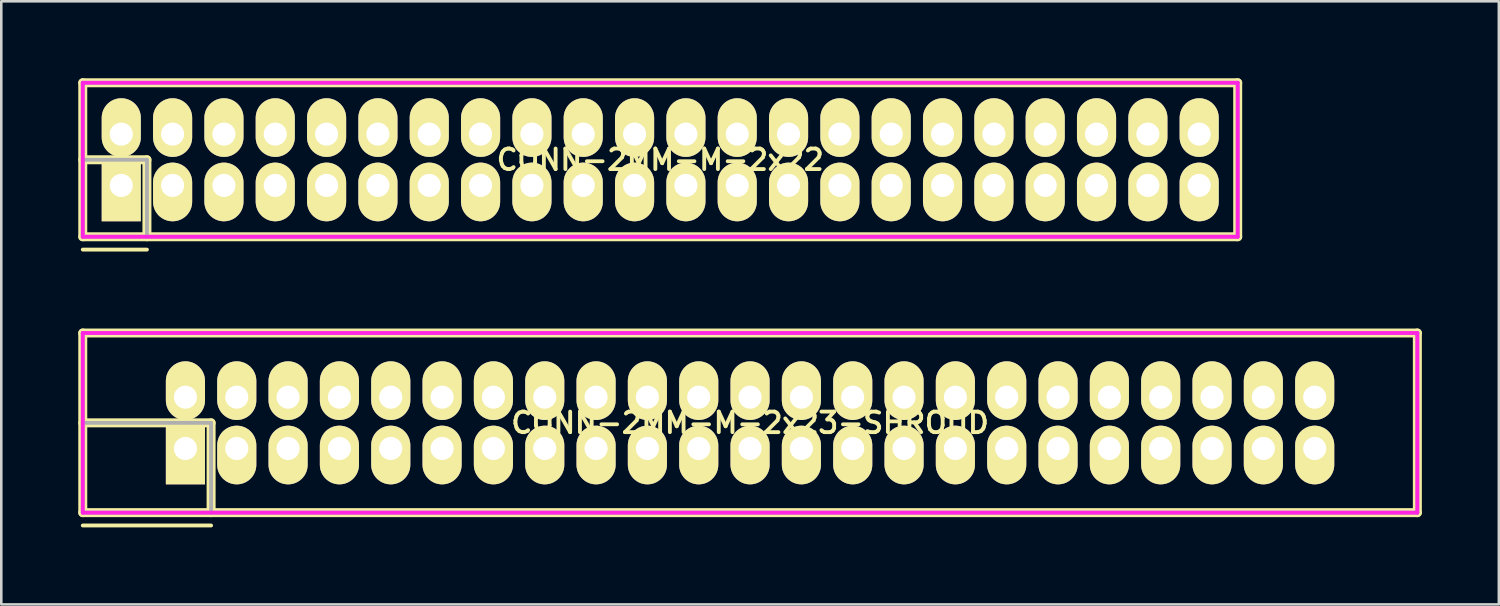
<source format=kicad_pcb>
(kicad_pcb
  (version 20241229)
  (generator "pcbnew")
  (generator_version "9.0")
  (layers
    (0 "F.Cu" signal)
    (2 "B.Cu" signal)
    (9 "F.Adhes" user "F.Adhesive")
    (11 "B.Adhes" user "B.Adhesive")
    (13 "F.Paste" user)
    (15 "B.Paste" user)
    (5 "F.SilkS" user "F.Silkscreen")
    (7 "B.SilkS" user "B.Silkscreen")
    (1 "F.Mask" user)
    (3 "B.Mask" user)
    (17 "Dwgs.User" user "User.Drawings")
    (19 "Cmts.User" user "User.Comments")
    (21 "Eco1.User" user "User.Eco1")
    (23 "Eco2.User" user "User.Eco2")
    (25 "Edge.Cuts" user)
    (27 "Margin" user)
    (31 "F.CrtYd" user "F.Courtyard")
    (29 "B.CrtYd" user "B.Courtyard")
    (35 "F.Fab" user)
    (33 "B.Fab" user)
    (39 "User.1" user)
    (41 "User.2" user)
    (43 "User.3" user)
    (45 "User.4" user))
  (footprint "CONN-2MM-M-2x22"
    (layer "F.Cu")
    (at 22.675 3.175)
    (property "Reference" "CONN-2MM-M-2x22" (at 0 0 0) (layer "F.SilkS") (effects (font (size 0.8 0.8) (thickness 0.15))))
    (attr through_hole)
    (fp_line (start -22.5 -3) (end 22.5 -3) (stroke (width 0.35) (type solid)) (layer "F.SilkS"))
    (fp_line (start -22.5 0) (end -20 0) (stroke (width 0.35) (type solid)) (layer "F.SilkS"))
    (fp_line (start -22.5 3) (end -22.5 -3) (stroke (width 0.35) (type solid)) (layer "F.SilkS"))
    (fp_line (start -22.5 3.5) (end -20 3.5) (stroke (width 0.15) (type solid)) (layer "F.SilkS"))
    (fp_line (start -20 0) (end -20 3) (stroke (width 0.35) (type solid)) (layer "F.SilkS"))
    (fp_line (start 22.5 -3) (end 22.5 3) (stroke (width 0.35) (type solid)) (layer "F.SilkS"))
    (fp_line (start 22.5 3) (end -22.5 3) (stroke (width 0.35) (type solid)) (layer "F.SilkS"))
    (fp_line (start -22.5 -3) (end 22.5 -3) (stroke (width 0.15) (type solid)) (layer "F.CrtYd"))
    (fp_line (start -22.5 3) (end -22.5 -3) (stroke (width 0.15) (type solid)) (layer "F.CrtYd"))
    (fp_line (start 22.5 -3) (end 22.5 3) (stroke (width 0.15) (type solid)) (layer "F.CrtYd"))
    (fp_line (start 22.5 3) (end -22.5 3) (stroke (width 0.15) (type solid)) (layer "F.CrtYd"))
    (fp_line (start -22.5 -3) (end 22.5 -3) (stroke (width 0.15) (type solid)) (layer "F.Fab"))
    (fp_line (start -22.5 0) (end -20 0) (stroke (width 0.15) (type solid)) (layer "F.Fab"))
    (fp_line (start -22.5 3) (end -22.5 -3) (stroke (width 0.15) (type solid)) (layer "F.Fab"))
    (fp_line (start -20 0) (end -20 3) (stroke (width 0.15) (type solid)) (layer "F.Fab"))
    (fp_line (start 22.5 -3) (end 22.5 3) (stroke (width 0.15) (type solid)) (layer "F.Fab"))
    (fp_line (start 22.5 3) (end -22.5 3) (stroke (width 0.15) (type solid)) (layer "F.Fab"))
    (pad "1" thru_hole rect (at -21 1) (size 1.524 2.286) (drill 0.9 (offset 0 0.254)) (layers "*.Cu" "*.Mask" "F.SilkS"))
    (pad "2" thru_hole oval (at -21 -1) (size 1.524 2.286) (drill 0.9 (offset 0 -0.254)) (layers "*.Cu" "*.Mask" "F.SilkS"))
    (pad "3" thru_hole oval (at -19 1) (size 1.524 2.286) (drill 0.9 (offset 0 0.254)) (layers "*.Cu" "*.Mask" "F.SilkS"))
    (pad "4" thru_hole oval (at -19 -1) (size 1.524 2.286) (drill 0.9 (offset 0 -0.254)) (layers "*.Cu" "*.Mask" "F.SilkS"))
    (pad "5" thru_hole oval (at -17 1) (size 1.524 2.286) (drill 0.9 (offset 0 0.254)) (layers "*.Cu" "*.Mask" "F.SilkS"))
    (pad "6" thru_hole oval (at -17 -1) (size 1.524 2.286) (drill 0.9 (offset 0 -0.254)) (layers "*.Cu" "*.Mask" "F.SilkS"))
    (pad "7" thru_hole oval (at -15 1) (size 1.524 2.286) (drill 0.9 (offset 0 0.254)) (layers "*.Cu" "*.Mask" "F.SilkS"))
    (pad "8" thru_hole oval (at -15 -1) (size 1.524 2.286) (drill 0.9 (offset 0 -0.254)) (layers "*.Cu" "*.Mask" "F.SilkS"))
    (pad "9" thru_hole oval (at -13 1) (size 1.524 2.286) (drill 0.9 (offset 0 0.254)) (layers "*.Cu" "*.Mask" "F.SilkS"))
    (pad "10" thru_hole oval (at -13 -1) (size 1.524 2.286) (drill 0.9 (offset 0 -0.254)) (layers "*.Cu" "*.Mask" "F.SilkS"))
    (pad "11" thru_hole oval (at -11 1) (size 1.524 2.286) (drill 0.9 (offset 0 0.254)) (layers "*.Cu" "*.Mask" "F.SilkS"))
    (pad "12" thru_hole oval (at -11 -1) (size 1.524 2.286) (drill 0.9 (offset 0 -0.254)) (layers "*.Cu" "*.Mask" "F.SilkS"))
    (pad "13" thru_hole oval (at -9 1) (size 1.524 2.286) (drill 0.9 (offset 0 0.254)) (layers "*.Cu" "*.Mask" "F.SilkS"))
    (pad "14" thru_hole oval (at -9 -1) (size 1.524 2.286) (drill 0.9 (offset 0 -0.254)) (layers "*.Cu" "*.Mask" "F.SilkS"))
    (pad "15" thru_hole oval (at -7 1) (size 1.524 2.286) (drill 0.9 (offset 0 0.254)) (layers "*.Cu" "*.Mask" "F.SilkS"))
    (pad "16" thru_hole oval (at -7 -1) (size 1.524 2.286) (drill 0.9 (offset 0 -0.254)) (layers "*.Cu" "*.Mask" "F.SilkS"))
    (pad "17" thru_hole oval (at -5 1) (size 1.524 2.286) (drill 0.9 (offset 0 0.254)) (layers "*.Cu" "*.Mask" "F.SilkS"))
    (pad "18" thru_hole oval (at -5 -1) (size 1.524 2.286) (drill 0.9 (offset 0 -0.254)) (layers "*.Cu" "*.Mask" "F.SilkS"))
    (pad "19" thru_hole oval (at -3 1) (size 1.524 2.286) (drill 0.9 (offset 0 0.254)) (layers "*.Cu" "*.Mask" "F.SilkS"))
    (pad "20" thru_hole oval (at -3 -1) (size 1.524 2.286) (drill 0.9 (offset 0 -0.254)) (layers "*.Cu" "*.Mask" "F.SilkS"))
    (pad "21" thru_hole oval (at -1 1) (size 1.524 2.286) (drill 0.9 (offset 0 0.254)) (layers "*.Cu" "*.Mask" "F.SilkS"))
    (pad "22" thru_hole oval (at -1 -1) (size 1.524 2.286) (drill 0.9 (offset 0 -0.254)) (layers "*.Cu" "*.Mask" "F.SilkS"))
    (pad "23" thru_hole oval (at 1 1) (size 1.524 2.286) (drill 0.9 (offset 0 0.254)) (layers "*.Cu" "*.Mask" "F.SilkS"))
    (pad "24" thru_hole oval (at 1 -1) (size 1.524 2.286) (drill 0.9 (offset 0 -0.254)) (layers "*.Cu" "*.Mask" "F.SilkS"))
    (pad "25" thru_hole oval (at 3 1) (size 1.524 2.286) (drill 0.9 (offset 0 0.254)) (layers "*.Cu" "*.Mask" "F.SilkS"))
    (pad "26" thru_hole oval (at 3 -1) (size 1.524 2.286) (drill 0.9 (offset 0 -0.254)) (layers "*.Cu" "*.Mask" "F.SilkS"))
    (pad "27" thru_hole oval (at 5 1) (size 1.524 2.286) (drill 0.9 (offset 0 0.254)) (layers "*.Cu" "*.Mask" "F.SilkS"))
    (pad "28" thru_hole oval (at 5 -1) (size 1.524 2.286) (drill 0.9 (offset 0 -0.254)) (layers "*.Cu" "*.Mask" "F.SilkS"))
    (pad "29" thru_hole oval (at 7 1) (size 1.524 2.286) (drill 0.9 (offset 0 0.254)) (layers "*.Cu" "*.Mask" "F.SilkS"))
    (pad "30" thru_hole oval (at 7 -1) (size 1.524 2.286) (drill 0.9 (offset 0 -0.254)) (layers "*.Cu" "*.Mask" "F.SilkS"))
    (pad "31" thru_hole oval (at 9 1) (size 1.524 2.286) (drill 0.9 (offset 0 0.254)) (layers "*.Cu" "*.Mask" "F.SilkS"))
    (pad "32" thru_hole oval (at 9 -1) (size 1.524 2.286) (drill 0.9 (offset 0 -0.254)) (layers "*.Cu" "*.Mask" "F.SilkS"))
    (pad "33" thru_hole oval (at 11 1) (size 1.524 2.286) (drill 0.9 (offset 0 0.254)) (layers "*.Cu" "*.Mask" "F.SilkS"))
    (pad "34" thru_hole oval (at 11 -1) (size 1.524 2.286) (drill 0.9 (offset 0 -0.254)) (layers "*.Cu" "*.Mask" "F.SilkS"))
    (pad "35" thru_hole oval (at 13 1) (size 1.524 2.286) (drill 0.9 (offset 0 0.254)) (layers "*.Cu" "*.Mask" "F.SilkS"))
    (pad "36" thru_hole oval (at 13 -1) (size 1.524 2.286) (drill 0.9 (offset 0 -0.254)) (layers "*.Cu" "*.Mask" "F.SilkS"))
    (pad "37" thru_hole oval (at 15 1) (size 1.524 2.286) (drill 0.9 (offset 0 0.254)) (layers "*.Cu" "*.Mask" "F.SilkS"))
    (pad "38" thru_hole oval (at 15 -1) (size 1.524 2.286) (drill 0.9 (offset 0 -0.254)) (layers "*.Cu" "*.Mask" "F.SilkS"))
    (pad "39" thru_hole oval (at 17 1) (size 1.524 2.286) (drill 0.9 (offset 0 0.254)) (layers "*.Cu" "*.Mask" "F.SilkS"))
    (pad "40" thru_hole oval (at 17 -1) (size 1.524 2.286) (drill 0.9 (offset 0 -0.254)) (layers "*.Cu" "*.Mask" "F.SilkS"))
    (pad "41" thru_hole oval (at 19 1) (size 1.524 2.286) (drill 0.9 (offset 0 0.254)) (layers "*.Cu" "*.Mask" "F.SilkS"))
    (pad "42" thru_hole oval (at 19 -1) (size 1.524 2.286) (drill 0.9 (offset 0 -0.254)) (layers "*.Cu" "*.Mask" "F.SilkS"))
    (pad "43" thru_hole oval (at 21 1) (size 1.524 2.286) (drill 0.9 (offset 0 0.254)) (layers "*.Cu" "*.Mask" "F.SilkS"))
    (pad "44" thru_hole oval (at 21 -1) (size 1.524 2.286) (drill 0.9 (offset 0 -0.254)) (layers "*.Cu" "*.Mask" "F.SilkS")))
  (footprint "CONN-2MM-M-2x23-SHROUD"
    (layer "F.Cu")
    (at 26.175 13.425)
    (property "Reference" "CONN-2MM-M-2x23-SHROUD" (at 0 0 0) (layer "F.SilkS") (effects (font (size 0.8 0.8) (thickness 0.15))))
    (attr through_hole)
    (fp_line (start -26 -3.5) (end 26 -3.5) (stroke (width 0.35) (type solid)) (layer "F.SilkS"))
    (fp_line (start -26 0) (end -21 0) (stroke (width 0.35) (type solid)) (layer "F.SilkS"))
    (fp_line (start -26 3.5) (end -26 -3.5) (stroke (width 0.35) (type solid)) (layer "F.SilkS"))
    (fp_line (start -26 4) (end -21 4) (stroke (width 0.15) (type solid)) (layer "F.SilkS"))
    (fp_line (start -21 0) (end -21 3.5) (stroke (width 0.35) (type solid)) (layer "F.SilkS"))
    (fp_line (start 26 -3.5) (end 26 3.5) (stroke (width 0.35) (type solid)) (layer "F.SilkS"))
    (fp_line (start 26 3.5) (end -26 3.5) (stroke (width 0.35) (type solid)) (layer "F.SilkS"))
    (fp_line (start -26 -3.5) (end 26 -3.5) (stroke (width 0.15) (type solid)) (layer "F.CrtYd"))
    (fp_line (start -26 3.5) (end -26 -3.5) (stroke (width 0.15) (type solid)) (layer "F.CrtYd"))
    (fp_line (start 26 -3.5) (end 26 3.5) (stroke (width 0.15) (type solid)) (layer "F.CrtYd"))
    (fp_line (start 26 3.5) (end -26 3.5) (stroke (width 0.15) (type solid)) (layer "F.CrtYd"))
    (fp_line (start -26 -3.5) (end 26 -3.5) (stroke (width 0.15) (type solid)) (layer "F.Fab"))
    (fp_line (start -26 0) (end -21 0) (stroke (width 0.15) (type solid)) (layer "F.Fab"))
    (fp_line (start -26 3.5) (end -26 -3.5) (stroke (width 0.15) (type solid)) (layer "F.Fab"))
    (fp_line (start -21 0) (end -21 3.5) (stroke (width 0.15) (type solid)) (layer "F.Fab"))
    (fp_line (start 26 -3.5) (end 26 3.5) (stroke (width 0.15) (type solid)) (layer "F.Fab"))
    (fp_line (start 26 3.5) (end -26 3.5) (stroke (width 0.15) (type solid)) (layer "F.Fab"))
    (pad "1" thru_hole rect (at -22 1) (size 1.524 2.286) (drill 0.9 (offset 0 0.254)) (layers "*.Cu" "*.Mask" "F.SilkS"))
    (pad "2" thru_hole oval (at -22 -1) (size 1.524 2.286) (drill 0.9 (offset 0 -0.254)) (layers "*.Cu" "*.Mask" "F.SilkS"))
    (pad "3" thru_hole oval (at -20 1) (size 1.524 2.286) (drill 0.9 (offset 0 0.254)) (layers "*.Cu" "*.Mask" "F.SilkS"))
    (pad "4" thru_hole oval (at -20 -1) (size 1.524 2.286) (drill 0.9 (offset 0 -0.254)) (layers "*.Cu" "*.Mask" "F.SilkS"))
    (pad "5" thru_hole oval (at -18 1) (size 1.524 2.286) (drill 0.9 (offset 0 0.254)) (layers "*.Cu" "*.Mask" "F.SilkS"))
    (pad "6" thru_hole oval (at -18 -1) (size 1.524 2.286) (drill 0.9 (offset 0 -0.254)) (layers "*.Cu" "*.Mask" "F.SilkS"))
    (pad "7" thru_hole oval (at -16 1) (size 1.524 2.286) (drill 0.9 (offset 0 0.254)) (layers "*.Cu" "*.Mask" "F.SilkS"))
    (pad "8" thru_hole oval (at -16 -1) (size 1.524 2.286) (drill 0.9 (offset 0 -0.254)) (layers "*.Cu" "*.Mask" "F.SilkS"))
    (pad "9" thru_hole oval (at -14 1) (size 1.524 2.286) (drill 0.9 (offset 0 0.254)) (layers "*.Cu" "*.Mask" "F.SilkS"))
    (pad "10" thru_hole oval (at -14 -1) (size 1.524 2.286) (drill 0.9 (offset 0 -0.254)) (layers "*.Cu" "*.Mask" "F.SilkS"))
    (pad "11" thru_hole oval (at -12 1) (size 1.524 2.286) (drill 0.9 (offset 0 0.254)) (layers "*.Cu" "*.Mask" "F.SilkS"))
    (pad "12" thru_hole oval (at -12 -1) (size 1.524 2.286) (drill 0.9 (offset 0 -0.254)) (layers "*.Cu" "*.Mask" "F.SilkS"))
    (pad "13" thru_hole oval (at -10 1) (size 1.524 2.286) (drill 0.9 (offset 0 0.254)) (layers "*.Cu" "*.Mask" "F.SilkS"))
    (pad "14" thru_hole oval (at -10 -1) (size 1.524 2.286) (drill 0.9 (offset 0 -0.254)) (layers "*.Cu" "*.Mask" "F.SilkS"))
    (pad "15" thru_hole oval (at -8 1) (size 1.524 2.286) (drill 0.9 (offset 0 0.254)) (layers "*.Cu" "*.Mask" "F.SilkS"))
    (pad "16" thru_hole oval (at -8 -1) (size 1.524 2.286) (drill 0.9 (offset 0 -0.254)) (layers "*.Cu" "*.Mask" "F.SilkS"))
    (pad "17" thru_hole oval (at -6 1) (size 1.524 2.286) (drill 0.9 (offset 0 0.254)) (layers "*.Cu" "*.Mask" "F.SilkS"))
    (pad "18" thru_hole oval (at -6 -1) (size 1.524 2.286) (drill 0.9 (offset 0 -0.254)) (layers "*.Cu" "*.Mask" "F.SilkS"))
    (pad "19" thru_hole oval (at -4 1) (size 1.524 2.286) (drill 0.9 (offset 0 0.254)) (layers "*.Cu" "*.Mask" "F.SilkS"))
    (pad "20" thru_hole oval (at -4 -1) (size 1.524 2.286) (drill 0.9 (offset 0 -0.254)) (layers "*.Cu" "*.Mask" "F.SilkS"))
    (pad "21" thru_hole oval (at -2 1) (size 1.524 2.286) (drill 0.9 (offset 0 0.254)) (layers "*.Cu" "*.Mask" "F.SilkS"))
    (pad "22" thru_hole oval (at -2 -1) (size 1.524 2.286) (drill 0.9 (offset 0 -0.254)) (layers "*.Cu" "*.Mask" "F.SilkS"))
    (pad "23" thru_hole oval (at 0 1) (size 1.524 2.286) (drill 0.9 (offset 0 0.254)) (layers "*.Cu" "*.Mask" "F.SilkS"))
    (pad "24" thru_hole oval (at 0 -1) (size 1.524 2.286) (drill 0.9 (offset 0 -0.254)) (layers "*.Cu" "*.Mask" "F.SilkS"))
    (pad "25" thru_hole oval (at 2 1) (size 1.524 2.286) (drill 0.9 (offset 0 0.254)) (layers "*.Cu" "*.Mask" "F.SilkS"))
    (pad "26" thru_hole oval (at 2 -1) (size 1.524 2.286) (drill 0.9 (offset 0 -0.254)) (layers "*.Cu" "*.Mask" "F.SilkS"))
    (pad "27" thru_hole oval (at 4 1) (size 1.524 2.286) (drill 0.9 (offset 0 0.254)) (layers "*.Cu" "*.Mask" "F.SilkS"))
    (pad "28" thru_hole oval (at 4 -1) (size 1.524 2.286) (drill 0.9 (offset 0 -0.254)) (layers "*.Cu" "*.Mask" "F.SilkS"))
    (pad "29" thru_hole oval (at 6 1) (size 1.524 2.286) (drill 0.9 (offset 0 0.254)) (layers "*.Cu" "*.Mask" "F.SilkS"))
    (pad "30" thru_hole oval (at 6 -1) (size 1.524 2.286) (drill 0.9 (offset 0 -0.254)) (layers "*.Cu" "*.Mask" "F.SilkS"))
    (pad "31" thru_hole oval (at 8 1) (size 1.524 2.286) (drill 0.9 (offset 0 0.254)) (layers "*.Cu" "*.Mask" "F.SilkS"))
    (pad "32" thru_hole oval (at 8 -1) (size 1.524 2.286) (drill 0.9 (offset 0 -0.254)) (layers "*.Cu" "*.Mask" "F.SilkS"))
    (pad "33" thru_hole oval (at 10 1) (size 1.524 2.286) (drill 0.9 (offset 0 0.254)) (layers "*.Cu" "*.Mask" "F.SilkS"))
    (pad "34" thru_hole oval (at 10 -1) (size 1.524 2.286) (drill 0.9 (offset 0 -0.254)) (layers "*.Cu" "*.Mask" "F.SilkS"))
    (pad "35" thru_hole oval (at 12 1) (size 1.524 2.286) (drill 0.9 (offset 0 0.254)) (layers "*.Cu" "*.Mask" "F.SilkS"))
    (pad "36" thru_hole oval (at 12 -1) (size 1.524 2.286) (drill 0.9 (offset 0 -0.254)) (layers "*.Cu" "*.Mask" "F.SilkS"))
    (pad "37" thru_hole oval (at 14 1) (size 1.524 2.286) (drill 0.9 (offset 0 0.254)) (layers "*.Cu" "*.Mask" "F.SilkS"))
    (pad "38" thru_hole oval (at 14 -1) (size 1.524 2.286) (drill 0.9 (offset 0 -0.254)) (layers "*.Cu" "*.Mask" "F.SilkS"))
    (pad "39" thru_hole oval (at 16 1) (size 1.524 2.286) (drill 0.9 (offset 0 0.254)) (layers "*.Cu" "*.Mask" "F.SilkS"))
    (pad "40" thru_hole oval (at 16 -1) (size 1.524 2.286) (drill 0.9 (offset 0 -0.254)) (layers "*.Cu" "*.Mask" "F.SilkS"))
    (pad "41" thru_hole oval (at 18 1) (size 1.524 2.286) (drill 0.9 (offset 0 0.254)) (layers "*.Cu" "*.Mask" "F.SilkS"))
    (pad "42" thru_hole oval (at 18 -1) (size 1.524 2.286) (drill 0.9 (offset 0 -0.254)) (layers "*.Cu" "*.Mask" "F.SilkS"))
    (pad "43" thru_hole oval (at 20 1) (size 1.524 2.286) (drill 0.9 (offset 0 0.254)) (layers "*.Cu" "*.Mask" "F.SilkS"))
    (pad "44" thru_hole oval (at 20 -1) (size 1.524 2.286) (drill 0.9 (offset 0 -0.254)) (layers "*.Cu" "*.Mask" "F.SilkS"))
    (pad "45" thru_hole oval (at 22 1) (size 1.524 2.286) (drill 0.9 (offset 0 0.254)) (layers "*.Cu" "*.Mask" "F.SilkS"))
    (pad "46" thru_hole oval (at 22 -1) (size 1.524 2.286) (drill 0.9 (offset 0 -0.254)) (layers "*.Cu" "*.Mask" "F.SilkS")))
  (gr_rect
    (start -3 -3)
    (end 55.35 20.5)
    (stroke (width 0.1) (type default))
    (fill no)
    (layer "Edge.Cuts")))
</source>
